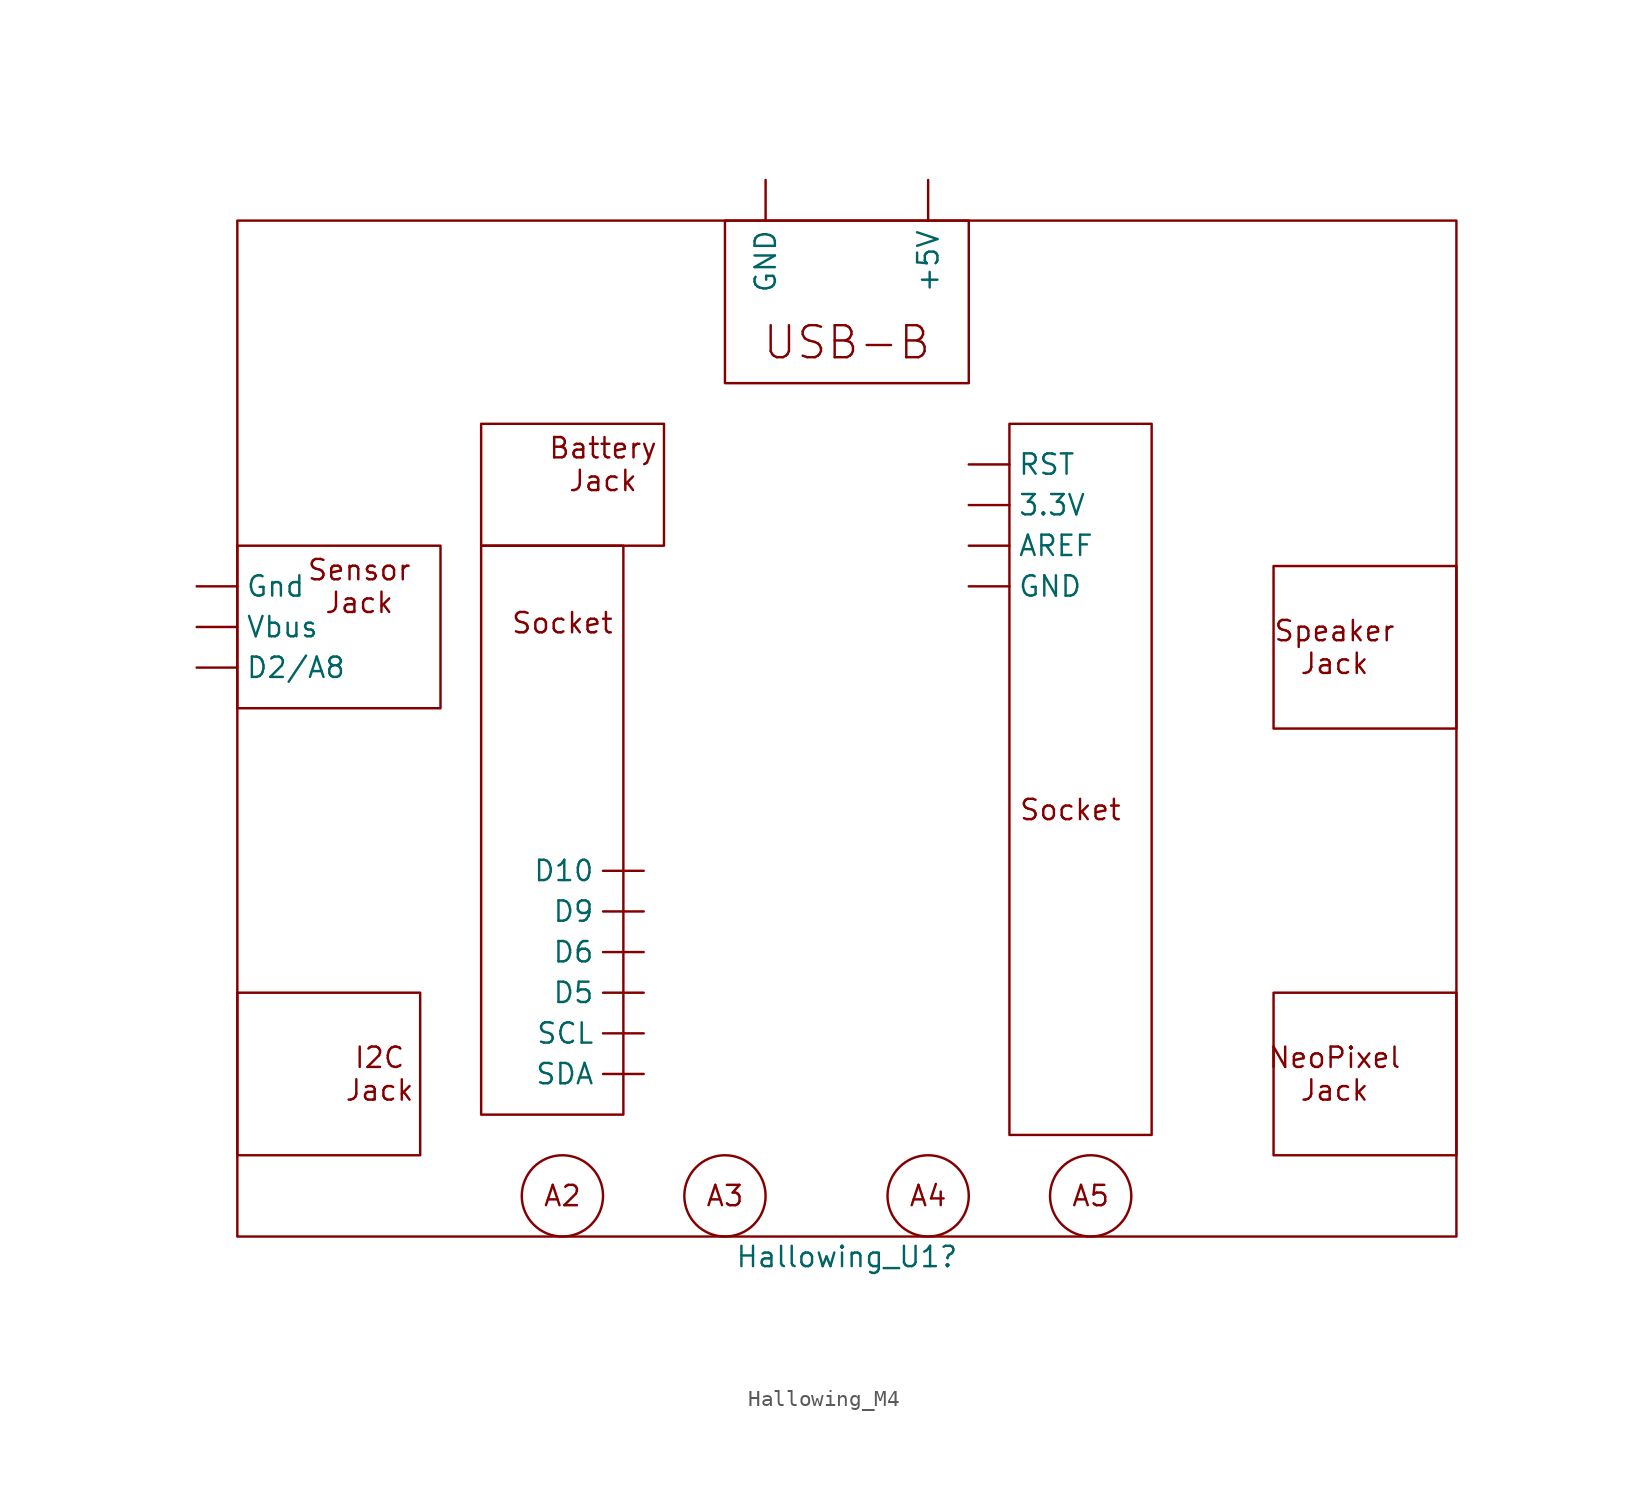
<source format=kicad_sym>
(kicad_symbol_lib
  (version 20220914)
  (generator kicad_symbol_editor)
  (symbol "Hallowing_M4"
    (pin_numbers hide)
    (property "Reference" "Hallowing_U1"
      (at 0 -64.77 0)
      (effects (font (size 1.27 1.27))))
    (property "Value" ""
      (at 0 0 0)
      (effects (font (size 1.27 1.27))))
    (symbol "Hallowing_M4_0_1"
      (rectangle (start -38.1 0) (end 38.1 -63.5) (stroke (width 0) (type default)) (fill (type none)))
      (rectangle (start -7.62 0) (end 7.62 -10.16) (stroke (width 0) (type default)) (fill (type none))))
    (symbol "Hallowing_M4_1_1"
      (rectangle (start -38.1 -48.26) (end -26.67 -58.42) (stroke (width 0) (type default)) (fill (type none)))
      (rectangle (start -38.1 -20.32) (end -25.4 -30.48) (stroke (width 0) (type default)) (fill (type none)))
      (rectangle (start -22.86 -20.32) (end -13.97 -55.88) (stroke (width 0) (type default)) (fill (type none)))
      (rectangle (start -22.86 -12.7) (end -11.43 -20.32) (stroke (width 0) (type default)) (fill (type none)))
      (circle (center -17.78 -60.96) (radius 2.54) (stroke (width 0) (type default)) (fill (type none)))
      (circle (center -7.62 -60.96) (radius 2.54) (stroke (width 0) (type default)) (fill (type none)))
      (circle (center 5.08 -60.96) (radius 2.54) (stroke (width 0) (type default)) (fill (type none)))
      (rectangle (start 10.16 -12.7) (end 19.05 -57.15) (stroke (width 0) (type default)) (fill (type none)))
      (circle (center 15.24 -60.96) (radius 2.54) (stroke (width 0) (type default)) (fill (type none)))
      (rectangle (start 26.67 -48.26) (end 38.1 -58.42) (stroke (width 0) (type default)) (fill (type none)))
      (rectangle (start 26.67 -21.59) (end 38.1 -31.75) (stroke (width 0) (type default)) (fill (type none)))
      (text "\n\nSocket" (at -17.78 -20.32 0) (effects (font (size 1.27 1.27)) (justify top)))
      (text "A2" (at -17.78 -60.96 0) (effects (font (size 1.27 1.27))))
      (text "A3" (at -7.62 -60.96 0) (effects (font (size 1.27 1.27))))
      (text "A4" (at 5.08 -60.96 0) (effects (font (size 1.27 1.27))))
      (text "A5" (at 15.24 -60.96 0) (effects (font (size 1.27 1.27))))
      (text "Battery\nJack" (at -15.24 -15.24 0) (effects (font (size 1.27 1.27))))
      (text "I2C\nJack" (at -29.21 -53.34 0) (effects (font (size 1.27 1.27))))
      (text "NeoPixel\nJack" (at 30.48 -53.34 0) (effects (font (size 1.27 1.27))))
      (text "Sensor\nJack" (at -30.48 -22.86 0) (effects (font (size 1.27 1.27))))
      (text "Socket" (at 13.97 -36.83 0) (effects (font (size 1.27 1.27))))
      (text "Speaker\nJack" (at 30.48 -26.67 0) (effects (font (size 1.27 1.27))))
      (text "USB-B" (at 0 -7.62 0) (effects (font (size 2 2))))
      (pin power_in line (at 5.08 2.54 270) (length 2.54) (name "+5V" (effects (font (size 1.27 1.27)))) (number "" (effects (font (size 1.27 1.27)))))
      (pin output line (at 7.62 -17.78 0) (length 2.54) (name "3.3V" (effects (font (size 1.27 1.27)))) (number "" (effects (font (size 1.27 1.27)))))
      (pin input line (at 7.62 -20.32 0) (length 2.54) (name "AREF" (effects (font (size 1.27 1.27)))) (number "" (effects (font (size 1.27 1.27)))))
      (pin input line (at -12.7 -40.64 180) (length 2.54) (name "D10" (effects (font (size 1.27 1.27)))) (number "" (effects (font (size 1.27 1.27)))))
      (pin input line (at -40.64 -27.94 0) (length 2.54) (name "D2/A8" (effects (font (size 1.27 1.27)))) (number "" (effects (font (size 1.27 1.27)))))
      (pin output line (at -12.7 -48.26 180) (length 2.54) (name "D5" (effects (font (size 1.27 1.27)))) (number "" (effects (font (size 1.27 1.27)))))
      (pin input line (at -12.7 -45.72 180) (length 2.54) (name "D6" (effects (font (size 1.27 1.27)))) (number "" (effects (font (size 1.27 1.27)))))
      (pin output line (at -12.7 -43.18 180) (length 2.54) (name "D9" (effects (font (size 1.27 1.27)))) (number "" (effects (font (size 1.27 1.27)))))
      (pin power_in line (at -5.08 2.54 270) (length 2.54) (name "GND" (effects (font (size 1.27 1.27)))) (number "" (effects (font (size 1.27 1.27)))))
      (pin output line (at 7.62 -22.86 0) (length 2.54) (name "GND" (effects (font (size 1.27 1.27)))) (number "" (effects (font (size 1.27 1.27)))))
      (pin output line (at -40.64 -22.86 0) (length 2.54) (name "Gnd" (effects (font (size 1.27 1.27)))) (number "" (effects (font (size 1.27 1.27)))))
      (pin input line (at 7.62 -15.24 0) (length 2.54) (name "RST" (effects (font (size 1.27 1.27)))) (number "" (effects (font (size 1.27 1.27)))))
      (pin output line (at -12.7 -50.8 180) (length 2.54) (name "SCL" (effects (font (size 1.27 1.27)))) (number "" (effects (font (size 1.27 1.27)))))
      (pin output line (at -12.7 -53.34 180) (length 2.54) (name "SDA" (effects (font (size 1.27 1.27)))) (number "" (effects (font (size 1.27 1.27)))))
      (pin output line (at -40.64 -25.4 0) (length 2.54) (name "Vbus" (effects (font (size 1.27 1.27)))) (number "" (effects (font (size 1.27 1.27))))))))
</source>
